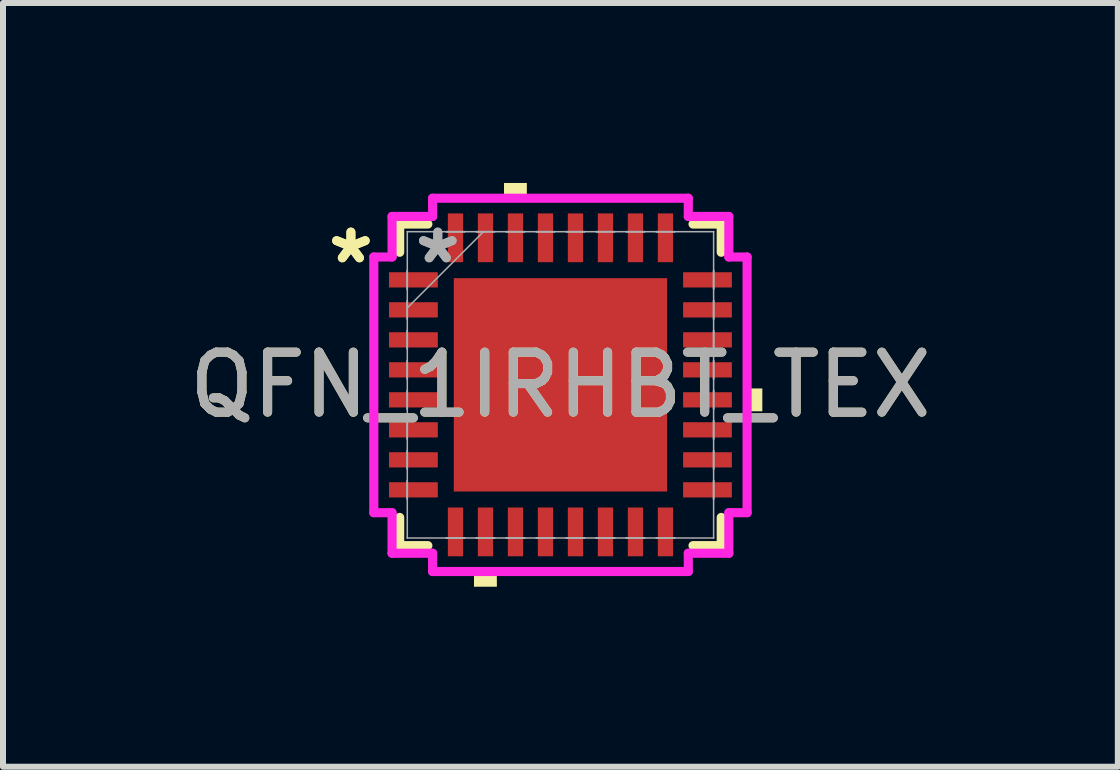
<source format=kicad_pcb>
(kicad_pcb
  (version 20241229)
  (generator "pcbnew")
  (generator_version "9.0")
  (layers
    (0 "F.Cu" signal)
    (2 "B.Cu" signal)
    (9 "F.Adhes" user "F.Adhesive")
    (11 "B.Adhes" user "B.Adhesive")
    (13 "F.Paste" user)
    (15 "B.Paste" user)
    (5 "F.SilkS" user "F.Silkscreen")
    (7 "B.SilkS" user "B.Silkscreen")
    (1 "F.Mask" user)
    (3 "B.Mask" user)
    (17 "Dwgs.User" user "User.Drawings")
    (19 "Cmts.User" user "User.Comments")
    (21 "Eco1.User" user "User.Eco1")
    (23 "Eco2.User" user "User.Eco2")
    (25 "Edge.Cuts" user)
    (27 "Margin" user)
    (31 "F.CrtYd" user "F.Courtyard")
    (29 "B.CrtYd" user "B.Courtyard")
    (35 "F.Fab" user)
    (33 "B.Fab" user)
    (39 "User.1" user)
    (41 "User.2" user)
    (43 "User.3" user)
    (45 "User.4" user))
  (footprint "QFN_1IRHBT_TEX"
    (layer "F.Cu")
    (at 6.292 3.365)
    (property "Reference" "QFN_1IRHBT_TEX" (at 0 0 0) (unlocked yes) (layer "F.SilkS") (effects (font (size 1 1) (thickness 0.15))))
    (attr smd)
    (fp_line (start -2.68 -2.68) (end -2.68 -2.21) (stroke (width 0.152) (type solid)) (layer "F.SilkS"))
    (fp_line (start -2.68 2.21) (end -2.68 2.68) (stroke (width 0.152) (type solid)) (layer "F.SilkS"))
    (fp_line (start -2.68 2.68) (end -2.21 2.68) (stroke (width 0.152) (type solid)) (layer "F.SilkS"))
    (fp_line (start -2.21 -2.68) (end -2.68 -2.68) (stroke (width 0.152) (type solid)) (layer "F.SilkS"))
    (fp_line (start 2.21 2.68) (end 2.68 2.68) (stroke (width 0.152) (type solid)) (layer "F.SilkS"))
    (fp_line (start 2.68 -2.68) (end 2.21 -2.68) (stroke (width 0.152) (type solid)) (layer "F.SilkS"))
    (fp_line (start 2.68 -2.21) (end 2.68 -2.68) (stroke (width 0.152) (type solid)) (layer "F.SilkS"))
    (fp_line (start 2.68 2.68) (end 2.68 2.21) (stroke (width 0.152) (type solid)) (layer "F.SilkS"))
    (fp_poly (pts (xy -1.441 3.111) (xy -1.441 3.365) (xy -1.06 3.365) (xy -1.06 3.111)) (stroke (width 0) (type solid)) (fill yes) (layer "F.SilkS"))
    (fp_poly (pts (xy -0.941 -3.111) (xy -0.941 -3.365) (xy -0.56 -3.365) (xy -0.56 -3.111)) (stroke (width 0) (type solid)) (fill yes) (layer "F.SilkS"))
    (fp_poly (pts (xy 3.365 0.06) (xy 3.365 0.441) (xy 3.111 0.441) (xy 3.111 0.06)) (stroke (width 0) (type solid)) (fill yes) (layer "F.SilkS"))
    (fp_poly (pts (xy -1.678 -1.678) (xy -1.678 -0.1) (xy -0.1 -0.1) (xy -0.1 -1.678)) (stroke (width 0) (type solid)) (fill yes) (layer "F.Paste"))
    (fp_poly (pts (xy -1.678 0.1) (xy -1.678 1.678) (xy -0.1 1.678) (xy -0.1 0.1)) (stroke (width 0) (type solid)) (fill yes) (layer "F.Paste"))
    (fp_poly (pts (xy 0.1 -1.678) (xy 0.1 -0.1) (xy 1.678 -0.1) (xy 1.678 -1.678)) (stroke (width 0) (type solid)) (fill yes) (layer "F.Paste"))
    (fp_poly (pts (xy 0.1 0.1) (xy 0.1 1.678) (xy 1.678 1.678) (xy 1.678 0.1)) (stroke (width 0) (type solid)) (fill yes) (layer "F.Paste"))
    (fp_line (start -3.111 -2.131) (end -2.807 -2.131) (stroke (width 0.152) (type solid)) (layer "F.CrtYd"))
    (fp_line (start -3.111 2.131) (end -3.111 -2.131) (stroke (width 0.152) (type solid)) (layer "F.CrtYd"))
    (fp_line (start -2.807 -2.807) (end -2.131 -2.807) (stroke (width 0.152) (type solid)) (layer "F.CrtYd"))
    (fp_line (start -2.807 -2.131) (end -2.807 -2.807) (stroke (width 0.152) (type solid)) (layer "F.CrtYd"))
    (fp_line (start -2.807 2.131) (end -3.111 2.131) (stroke (width 0.152) (type solid)) (layer "F.CrtYd"))
    (fp_line (start -2.807 2.807) (end -2.807 2.131) (stroke (width 0.152) (type solid)) (layer "F.CrtYd"))
    (fp_line (start -2.131 -3.111) (end 2.131 -3.111) (stroke (width 0.152) (type solid)) (layer "F.CrtYd"))
    (fp_line (start -2.131 -2.807) (end -2.131 -3.111) (stroke (width 0.152) (type solid)) (layer "F.CrtYd"))
    (fp_line (start -2.131 2.807) (end -2.807 2.807) (stroke (width 0.152) (type solid)) (layer "F.CrtYd"))
    (fp_line (start -2.131 3.111) (end -2.131 2.807) (stroke (width 0.152) (type solid)) (layer "F.CrtYd"))
    (fp_line (start 2.131 -3.111) (end 2.131 -2.807) (stroke (width 0.152) (type solid)) (layer "F.CrtYd"))
    (fp_line (start 2.131 -2.807) (end 2.807 -2.807) (stroke (width 0.152) (type solid)) (layer "F.CrtYd"))
    (fp_line (start 2.131 2.807) (end 2.131 3.111) (stroke (width 0.152) (type solid)) (layer "F.CrtYd"))
    (fp_line (start 2.131 3.111) (end -2.131 3.111) (stroke (width 0.152) (type solid)) (layer "F.CrtYd"))
    (fp_line (start 2.807 -2.807) (end 2.807 -2.131) (stroke (width 0.152) (type solid)) (layer "F.CrtYd"))
    (fp_line (start 2.807 -2.131) (end 3.111 -2.131) (stroke (width 0.152) (type solid)) (layer "F.CrtYd"))
    (fp_line (start 2.807 2.131) (end 2.807 2.807) (stroke (width 0.152) (type solid)) (layer "F.CrtYd"))
    (fp_line (start 2.807 2.807) (end 2.131 2.807) (stroke (width 0.152) (type solid)) (layer "F.CrtYd"))
    (fp_line (start 3.111 -2.131) (end 3.111 2.131) (stroke (width 0.152) (type solid)) (layer "F.CrtYd"))
    (fp_line (start 3.111 2.131) (end 2.807 2.131) (stroke (width 0.152) (type solid)) (layer "F.CrtYd"))
    (fp_line (start -2.553 -2.553) (end -2.553 -2.553) (stroke (width 0.025) (type solid)) (layer "F.Fab"))
    (fp_line (start -2.553 -2.553) (end -2.553 2.553) (stroke (width 0.025) (type solid)) (layer "F.Fab"))
    (fp_line (start -2.553 -1.903) (end -2.553 -1.903) (stroke (width 0.025) (type solid)) (layer "F.Fab"))
    (fp_line (start -2.553 -1.903) (end -2.553 -1.598) (stroke (width 0.025) (type solid)) (layer "F.Fab"))
    (fp_line (start -2.553 -1.598) (end -2.553 -1.903) (stroke (width 0.025) (type solid)) (layer "F.Fab"))
    (fp_line (start -2.553 -1.598) (end -2.553 -1.598) (stroke (width 0.025) (type solid)) (layer "F.Fab"))
    (fp_line (start -2.553 -1.403) (end -2.553 -1.403) (stroke (width 0.025) (type solid)) (layer "F.Fab"))
    (fp_line (start -2.553 -1.403) (end -2.553 -1.098) (stroke (width 0.025) (type solid)) (layer "F.Fab"))
    (fp_line (start -2.553 -1.283) (end -1.283 -2.553) (stroke (width 0.025) (type solid)) (layer "F.Fab"))
    (fp_line (start -2.553 -1.098) (end -2.553 -1.403) (stroke (width 0.025) (type solid)) (layer "F.Fab"))
    (fp_line (start -2.553 -1.098) (end -2.553 -1.098) (stroke (width 0.025) (type solid)) (layer "F.Fab"))
    (fp_line (start -2.553 -0.903) (end -2.553 -0.903) (stroke (width 0.025) (type solid)) (layer "F.Fab"))
    (fp_line (start -2.553 -0.903) (end -2.553 -0.598) (stroke (width 0.025) (type solid)) (layer "F.Fab"))
    (fp_line (start -2.553 -0.598) (end -2.553 -0.903) (stroke (width 0.025) (type solid)) (layer "F.Fab"))
    (fp_line (start -2.553 -0.598) (end -2.553 -0.598) (stroke (width 0.025) (type solid)) (layer "F.Fab"))
    (fp_line (start -2.553 -0.402) (end -2.553 -0.402) (stroke (width 0.025) (type solid)) (layer "F.Fab"))
    (fp_line (start -2.553 -0.402) (end -2.553 -0.098) (stroke (width 0.025) (type solid)) (layer "F.Fab"))
    (fp_line (start -2.553 -0.098) (end -2.553 -0.402) (stroke (width 0.025) (type solid)) (layer "F.Fab"))
    (fp_line (start -2.553 -0.098) (end -2.553 -0.098) (stroke (width 0.025) (type solid)) (layer "F.Fab"))
    (fp_line (start -2.553 0.098) (end -2.553 0.098) (stroke (width 0.025) (type solid)) (layer "F.Fab"))
    (fp_line (start -2.553 0.098) (end -2.553 0.402) (stroke (width 0.025) (type solid)) (layer "F.Fab"))
    (fp_line (start -2.553 0.402) (end -2.553 0.098) (stroke (width 0.025) (type solid)) (layer "F.Fab"))
    (fp_line (start -2.553 0.402) (end -2.553 0.402) (stroke (width 0.025) (type solid)) (layer "F.Fab"))
    (fp_line (start -2.553 0.598) (end -2.553 0.598) (stroke (width 0.025) (type solid)) (layer "F.Fab"))
    (fp_line (start -2.553 0.598) (end -2.553 0.903) (stroke (width 0.025) (type solid)) (layer "F.Fab"))
    (fp_line (start -2.553 0.903) (end -2.553 0.598) (stroke (width 0.025) (type solid)) (layer "F.Fab"))
    (fp_line (start -2.553 0.903) (end -2.553 0.903) (stroke (width 0.025) (type solid)) (layer "F.Fab"))
    (fp_line (start -2.553 1.098) (end -2.553 1.098) (stroke (width 0.025) (type solid)) (layer "F.Fab"))
    (fp_line (start -2.553 1.098) (end -2.553 1.403) (stroke (width 0.025) (type solid)) (layer "F.Fab"))
    (fp_line (start -2.553 1.403) (end -2.553 1.098) (stroke (width 0.025) (type solid)) (layer "F.Fab"))
    (fp_line (start -2.553 1.403) (end -2.553 1.403) (stroke (width 0.025) (type solid)) (layer "F.Fab"))
    (fp_line (start -2.553 1.598) (end -2.553 1.598) (stroke (width 0.025) (type solid)) (layer "F.Fab"))
    (fp_line (start -2.553 1.598) (end -2.553 1.903) (stroke (width 0.025) (type solid)) (layer "F.Fab"))
    (fp_line (start -2.553 1.903) (end -2.553 1.598) (stroke (width 0.025) (type solid)) (layer "F.Fab"))
    (fp_line (start -2.553 1.903) (end -2.553 1.903) (stroke (width 0.025) (type solid)) (layer "F.Fab"))
    (fp_line (start -2.553 2.553) (end -2.553 2.553) (stroke (width 0.025) (type solid)) (layer "F.Fab"))
    (fp_line (start -2.553 2.553) (end 2.553 2.553) (stroke (width 0.025) (type solid)) (layer "F.Fab"))
    (fp_line (start -1.903 -2.553) (end -1.903 -2.553) (stroke (width 0.025) (type solid)) (layer "F.Fab"))
    (fp_line (start -1.903 -2.553) (end -1.598 -2.553) (stroke (width 0.025) (type solid)) (layer "F.Fab"))
    (fp_line (start -1.903 2.553) (end -1.903 2.553) (stroke (width 0.025) (type solid)) (layer "F.Fab"))
    (fp_line (start -1.903 2.553) (end -1.598 2.553) (stroke (width 0.025) (type solid)) (layer "F.Fab"))
    (fp_line (start -1.598 -2.553) (end -1.903 -2.553) (stroke (width 0.025) (type solid)) (layer "F.Fab"))
    (fp_line (start -1.598 -2.553) (end -1.598 -2.553) (stroke (width 0.025) (type solid)) (layer "F.Fab"))
    (fp_line (start -1.598 2.553) (end -1.903 2.553) (stroke (width 0.025) (type solid)) (layer "F.Fab"))
    (fp_line (start -1.598 2.553) (end -1.598 2.553) (stroke (width 0.025) (type solid)) (layer "F.Fab"))
    (fp_line (start -1.403 -2.553) (end -1.403 -2.553) (stroke (width 0.025) (type solid)) (layer "F.Fab"))
    (fp_line (start -1.403 -2.553) (end -1.098 -2.553) (stroke (width 0.025) (type solid)) (layer "F.Fab"))
    (fp_line (start -1.403 2.553) (end -1.403 2.553) (stroke (width 0.025) (type solid)) (layer "F.Fab"))
    (fp_line (start -1.403 2.553) (end -1.098 2.553) (stroke (width 0.025) (type solid)) (layer "F.Fab"))
    (fp_line (start -1.098 -2.553) (end -1.403 -2.553) (stroke (width 0.025) (type solid)) (layer "F.Fab"))
    (fp_line (start -1.098 -2.553) (end -1.098 -2.553) (stroke (width 0.025) (type solid)) (layer "F.Fab"))
    (fp_line (start -1.098 2.553) (end -1.403 2.553) (stroke (width 0.025) (type solid)) (layer "F.Fab"))
    (fp_line (start -1.098 2.553) (end -1.098 2.553) (stroke (width 0.025) (type solid)) (layer "F.Fab"))
    (fp_line (start -0.903 -2.553) (end -0.903 -2.553) (stroke (width 0.025) (type solid)) (layer "F.Fab"))
    (fp_line (start -0.903 -2.553) (end -0.598 -2.553) (stroke (width 0.025) (type solid)) (layer "F.Fab"))
    (fp_line (start -0.903 2.553) (end -0.903 2.553) (stroke (width 0.025) (type solid)) (layer "F.Fab"))
    (fp_line (start -0.903 2.553) (end -0.598 2.553) (stroke (width 0.025) (type solid)) (layer "F.Fab"))
    (fp_line (start -0.598 -2.553) (end -0.903 -2.553) (stroke (width 0.025) (type solid)) (layer "F.Fab"))
    (fp_line (start -0.598 -2.553) (end -0.598 -2.553) (stroke (width 0.025) (type solid)) (layer "F.Fab"))
    (fp_line (start -0.598 2.553) (end -0.903 2.553) (stroke (width 0.025) (type solid)) (layer "F.Fab"))
    (fp_line (start -0.598 2.553) (end -0.598 2.553) (stroke (width 0.025) (type solid)) (layer "F.Fab"))
    (fp_line (start -0.402 -2.553) (end -0.402 -2.553) (stroke (width 0.025) (type solid)) (layer "F.Fab"))
    (fp_line (start -0.402 -2.553) (end -0.098 -2.553) (stroke (width 0.025) (type solid)) (layer "F.Fab"))
    (fp_line (start -0.402 2.553) (end -0.402 2.553) (stroke (width 0.025) (type solid)) (layer "F.Fab"))
    (fp_line (start -0.402 2.553) (end -0.098 2.553) (stroke (width 0.025) (type solid)) (layer "F.Fab"))
    (fp_line (start -0.098 -2.553) (end -0.402 -2.553) (stroke (width 0.025) (type solid)) (layer "F.Fab"))
    (fp_line (start -0.098 -2.553) (end -0.098 -2.553) (stroke (width 0.025) (type solid)) (layer "F.Fab"))
    (fp_line (start -0.098 2.553) (end -0.402 2.553) (stroke (width 0.025) (type solid)) (layer "F.Fab"))
    (fp_line (start -0.098 2.553) (end -0.098 2.553) (stroke (width 0.025) (type solid)) (layer "F.Fab"))
    (fp_line (start 0.098 -2.553) (end 0.098 -2.553) (stroke (width 0.025) (type solid)) (layer "F.Fab"))
    (fp_line (start 0.098 -2.553) (end 0.402 -2.553) (stroke (width 0.025) (type solid)) (layer "F.Fab"))
    (fp_line (start 0.098 2.553) (end 0.098 2.553) (stroke (width 0.025) (type solid)) (layer "F.Fab"))
    (fp_line (start 0.098 2.553) (end 0.402 2.553) (stroke (width 0.025) (type solid)) (layer "F.Fab"))
    (fp_line (start 0.402 -2.553) (end 0.098 -2.553) (stroke (width 0.025) (type solid)) (layer "F.Fab"))
    (fp_line (start 0.402 -2.553) (end 0.402 -2.553) (stroke (width 0.025) (type solid)) (layer "F.Fab"))
    (fp_line (start 0.402 2.553) (end 0.098 2.553) (stroke (width 0.025) (type solid)) (layer "F.Fab"))
    (fp_line (start 0.402 2.553) (end 0.402 2.553) (stroke (width 0.025) (type solid)) (layer "F.Fab"))
    (fp_line (start 0.598 -2.553) (end 0.598 -2.553) (stroke (width 0.025) (type solid)) (layer "F.Fab"))
    (fp_line (start 0.598 -2.553) (end 0.903 -2.553) (stroke (width 0.025) (type solid)) (layer "F.Fab"))
    (fp_line (start 0.598 2.553) (end 0.598 2.553) (stroke (width 0.025) (type solid)) (layer "F.Fab"))
    (fp_line (start 0.598 2.553) (end 0.903 2.553) (stroke (width 0.025) (type solid)) (layer "F.Fab"))
    (fp_line (start 0.903 -2.553) (end 0.598 -2.553) (stroke (width 0.025) (type solid)) (layer "F.Fab"))
    (fp_line (start 0.903 -2.553) (end 0.903 -2.553) (stroke (width 0.025) (type solid)) (layer "F.Fab"))
    (fp_line (start 0.903 2.553) (end 0.598 2.553) (stroke (width 0.025) (type solid)) (layer "F.Fab"))
    (fp_line (start 0.903 2.553) (end 0.903 2.553) (stroke (width 0.025) (type solid)) (layer "F.Fab"))
    (fp_line (start 1.098 -2.553) (end 1.098 -2.553) (stroke (width 0.025) (type solid)) (layer "F.Fab"))
    (fp_line (start 1.098 -2.553) (end 1.403 -2.553) (stroke (width 0.025) (type solid)) (layer "F.Fab"))
    (fp_line (start 1.098 2.553) (end 1.098 2.553) (stroke (width 0.025) (type solid)) (layer "F.Fab"))
    (fp_line (start 1.098 2.553) (end 1.403 2.553) (stroke (width 0.025) (type solid)) (layer "F.Fab"))
    (fp_line (start 1.403 -2.553) (end 1.098 -2.553) (stroke (width 0.025) (type solid)) (layer "F.Fab"))
    (fp_line (start 1.403 -2.553) (end 1.403 -2.553) (stroke (width 0.025) (type solid)) (layer "F.Fab"))
    (fp_line (start 1.403 2.553) (end 1.098 2.553) (stroke (width 0.025) (type solid)) (layer "F.Fab"))
    (fp_line (start 1.403 2.553) (end 1.403 2.553) (stroke (width 0.025) (type solid)) (layer "F.Fab"))
    (fp_line (start 1.598 -2.553) (end 1.598 -2.553) (stroke (width 0.025) (type solid)) (layer "F.Fab"))
    (fp_line (start 1.598 -2.553) (end 1.903 -2.553) (stroke (width 0.025) (type solid)) (layer "F.Fab"))
    (fp_line (start 1.598 2.553) (end 1.598 2.553) (stroke (width 0.025) (type solid)) (layer "F.Fab"))
    (fp_line (start 1.598 2.553) (end 1.903 2.553) (stroke (width 0.025) (type solid)) (layer "F.Fab"))
    (fp_line (start 1.903 -2.553) (end 1.598 -2.553) (stroke (width 0.025) (type solid)) (layer "F.Fab"))
    (fp_line (start 1.903 -2.553) (end 1.903 -2.553) (stroke (width 0.025) (type solid)) (layer "F.Fab"))
    (fp_line (start 1.903 2.553) (end 1.598 2.553) (stroke (width 0.025) (type solid)) (layer "F.Fab"))
    (fp_line (start 1.903 2.553) (end 1.903 2.553) (stroke (width 0.025) (type solid)) (layer "F.Fab"))
    (fp_line (start 2.553 -2.553) (end -2.553 -2.553) (stroke (width 0.025) (type solid)) (layer "F.Fab"))
    (fp_line (start 2.553 -2.553) (end 2.553 -2.553) (stroke (width 0.025) (type solid)) (layer "F.Fab"))
    (fp_line (start 2.553 -1.903) (end 2.553 -1.903) (stroke (width 0.025) (type solid)) (layer "F.Fab"))
    (fp_line (start 2.553 -1.903) (end 2.553 -1.598) (stroke (width 0.025) (type solid)) (layer "F.Fab"))
    (fp_line (start 2.553 -1.598) (end 2.553 -1.903) (stroke (width 0.025) (type solid)) (layer "F.Fab"))
    (fp_line (start 2.553 -1.598) (end 2.553 -1.598) (stroke (width 0.025) (type solid)) (layer "F.Fab"))
    (fp_line (start 2.553 -1.403) (end 2.553 -1.403) (stroke (width 0.025) (type solid)) (layer "F.Fab"))
    (fp_line (start 2.553 -1.403) (end 2.553 -1.098) (stroke (width 0.025) (type solid)) (layer "F.Fab"))
    (fp_line (start 2.553 -1.098) (end 2.553 -1.403) (stroke (width 0.025) (type solid)) (layer "F.Fab"))
    (fp_line (start 2.553 -1.098) (end 2.553 -1.098) (stroke (width 0.025) (type solid)) (layer "F.Fab"))
    (fp_line (start 2.553 -0.903) (end 2.553 -0.903) (stroke (width 0.025) (type solid)) (layer "F.Fab"))
    (fp_line (start 2.553 -0.903) (end 2.553 -0.598) (stroke (width 0.025) (type solid)) (layer "F.Fab"))
    (fp_line (start 2.553 -0.598) (end 2.553 -0.903) (stroke (width 0.025) (type solid)) (layer "F.Fab"))
    (fp_line (start 2.553 -0.598) (end 2.553 -0.598) (stroke (width 0.025) (type solid)) (layer "F.Fab"))
    (fp_line (start 2.553 -0.402) (end 2.553 -0.402) (stroke (width 0.025) (type solid)) (layer "F.Fab"))
    (fp_line (start 2.553 -0.402) (end 2.553 -0.098) (stroke (width 0.025) (type solid)) (layer "F.Fab"))
    (fp_line (start 2.553 -0.098) (end 2.553 -0.402) (stroke (width 0.025) (type solid)) (layer "F.Fab"))
    (fp_line (start 2.553 -0.098) (end 2.553 -0.098) (stroke (width 0.025) (type solid)) (layer "F.Fab"))
    (fp_line (start 2.553 0.098) (end 2.553 0.098) (stroke (width 0.025) (type solid)) (layer "F.Fab"))
    (fp_line (start 2.553 0.098) (end 2.553 0.402) (stroke (width 0.025) (type solid)) (layer "F.Fab"))
    (fp_line (start 2.553 0.402) (end 2.553 0.098) (stroke (width 0.025) (type solid)) (layer "F.Fab"))
    (fp_line (start 2.553 0.402) (end 2.553 0.402) (stroke (width 0.025) (type solid)) (layer "F.Fab"))
    (fp_line (start 2.553 0.598) (end 2.553 0.598) (stroke (width 0.025) (type solid)) (layer "F.Fab"))
    (fp_line (start 2.553 0.598) (end 2.553 0.903) (stroke (width 0.025) (type solid)) (layer "F.Fab"))
    (fp_line (start 2.553 0.903) (end 2.553 0.598) (stroke (width 0.025) (type solid)) (layer "F.Fab"))
    (fp_line (start 2.553 0.903) (end 2.553 0.903) (stroke (width 0.025) (type solid)) (layer "F.Fab"))
    (fp_line (start 2.553 1.098) (end 2.553 1.098) (stroke (width 0.025) (type solid)) (layer "F.Fab"))
    (fp_line (start 2.553 1.098) (end 2.553 1.403) (stroke (width 0.025) (type solid)) (layer "F.Fab"))
    (fp_line (start 2.553 1.403) (end 2.553 1.098) (stroke (width 0.025) (type solid)) (layer "F.Fab"))
    (fp_line (start 2.553 1.403) (end 2.553 1.403) (stroke (width 0.025) (type solid)) (layer "F.Fab"))
    (fp_line (start 2.553 1.598) (end 2.553 1.598) (stroke (width 0.025) (type solid)) (layer "F.Fab"))
    (fp_line (start 2.553 1.598) (end 2.553 1.903) (stroke (width 0.025) (type solid)) (layer "F.Fab"))
    (fp_line (start 2.553 1.903) (end 2.553 1.598) (stroke (width 0.025) (type solid)) (layer "F.Fab"))
    (fp_line (start 2.553 1.903) (end 2.553 1.903) (stroke (width 0.025) (type solid)) (layer "F.Fab"))
    (fp_line (start 2.553 2.553) (end 2.553 -2.553) (stroke (width 0.025) (type solid)) (layer "F.Fab"))
    (fp_line (start 2.553 2.553) (end 2.553 2.553) (stroke (width 0.025) (type solid)) (layer "F.Fab"))
    (fp_text user "*" (at -3.493 -2.001 0) (unlocked yes) (layer "F.SilkS") (effects (font (size 1 1) (thickness 0.15))))
    (fp_text user "*" (at -3.493 -2.001 0) (layer "F.SilkS") (effects (font (size 1 1) (thickness 0.15))))
    (fp_text user "*" (at -2.045 -2.001 0) (layer "F.Fab") (effects (font (size 1 1) (thickness 0.15))))
    (fp_text user "${REFERENCE}" (at 0 0 0) (unlocked yes) (layer "F.Fab") (effects (font (size 1 1) (thickness 0.15))))
    (fp_text user "*" (at -2.045 -2.001 0) (unlocked yes) (layer "F.Fab") (effects (font (size 1 1) (thickness 0.15))))
    (pad "1" smd rect (at -2.451 -1.75 90) (size 0.254 0.813) (layers "F.Cu" "F.Mask" "F.Paste"))
    (pad "2" smd rect (at -2.451 -1.25 90) (size 0.254 0.813) (layers "F.Cu" "F.Mask" "F.Paste"))
    (pad "3" smd rect (at -2.451 -0.75 90) (size 0.254 0.813) (layers "F.Cu" "F.Mask" "F.Paste"))
    (pad "4" smd rect (at -2.451 -0.25 90) (size 0.254 0.813) (layers "F.Cu" "F.Mask" "F.Paste"))
    (pad "5" smd rect (at -2.451 0.25 90) (size 0.254 0.813) (layers "F.Cu" "F.Mask" "F.Paste"))
    (pad "6" smd rect (at -2.451 0.75 90) (size 0.254 0.813) (layers "F.Cu" "F.Mask" "F.Paste"))
    (pad "7" smd rect (at -2.451 1.25 90) (size 0.254 0.813) (layers "F.Cu" "F.Mask" "F.Paste"))
    (pad "8" smd rect (at -2.451 1.75 90) (size 0.254 0.813) (layers "F.Cu" "F.Mask" "F.Paste"))
    (pad "9" smd rect (at -1.75 2.451) (size 0.254 0.813) (layers "F.Cu" "F.Mask" "F.Paste"))
    (pad "10" smd rect (at -1.25 2.451) (size 0.254 0.813) (layers "F.Cu" "F.Mask" "F.Paste"))
    (pad "11" smd rect (at -0.75 2.451) (size 0.254 0.813) (layers "F.Cu" "F.Mask" "F.Paste"))
    (pad "12" smd rect (at -0.25 2.451) (size 0.254 0.813) (layers "F.Cu" "F.Mask" "F.Paste"))
    (pad "13" smd rect (at 0.25 2.451) (size 0.254 0.813) (layers "F.Cu" "F.Mask" "F.Paste"))
    (pad "14" smd rect (at 0.75 2.451) (size 0.254 0.813) (layers "F.Cu" "F.Mask" "F.Paste"))
    (pad "15" smd rect (at 1.25 2.451) (size 0.254 0.813) (layers "F.Cu" "F.Mask" "F.Paste"))
    (pad "16" smd rect (at 1.75 2.451) (size 0.254 0.813) (layers "F.Cu" "F.Mask" "F.Paste"))
    (pad "17" smd rect (at 2.451 1.75 90) (size 0.254 0.813) (layers "F.Cu" "F.Mask" "F.Paste"))
    (pad "18" smd rect (at 2.451 1.25 90) (size 0.254 0.813) (layers "F.Cu" "F.Mask" "F.Paste"))
    (pad "19" smd rect (at 2.451 0.75 90) (size 0.254 0.813) (layers "F.Cu" "F.Mask" "F.Paste"))
    (pad "20" smd rect (at 2.451 0.25 90) (size 0.254 0.813) (layers "F.Cu" "F.Mask" "F.Paste"))
    (pad "21" smd rect (at 2.451 -0.25 90) (size 0.254 0.813) (layers "F.Cu" "F.Mask" "F.Paste"))
    (pad "22" smd rect (at 2.451 -0.75 90) (size 0.254 0.813) (layers "F.Cu" "F.Mask" "F.Paste"))
    (pad "23" smd rect (at 2.451 -1.25 90) (size 0.254 0.813) (layers "F.Cu" "F.Mask" "F.Paste"))
    (pad "24" smd rect (at 2.451 -1.75 90) (size 0.254 0.813) (layers "F.Cu" "F.Mask" "F.Paste"))
    (pad "25" smd rect (at 1.75 -2.451) (size 0.254 0.813) (layers "F.Cu" "F.Mask" "F.Paste"))
    (pad "26" smd rect (at 1.25 -2.451) (size 0.254 0.813) (layers "F.Cu" "F.Mask" "F.Paste"))
    (pad "27" smd rect (at 0.75 -2.451) (size 0.254 0.813) (layers "F.Cu" "F.Mask" "F.Paste"))
    (pad "28" smd rect (at 0.25 -2.451) (size 0.254 0.813) (layers "F.Cu" "F.Mask" "F.Paste"))
    (pad "29" smd rect (at -0.25 -2.451) (size 0.254 0.813) (layers "F.Cu" "F.Mask" "F.Paste"))
    (pad "30" smd rect (at -0.75 -2.451) (size 0.254 0.813) (layers "F.Cu" "F.Mask" "F.Paste"))
    (pad "31" smd rect (at -1.25 -2.451) (size 0.254 0.813) (layers "F.Cu" "F.Mask" "F.Paste"))
    (pad "32" smd rect (at -1.75 -2.451) (size 0.254 0.813) (layers "F.Cu" "F.Mask" "F.Paste"))
    (pad "33" smd rect (at 0 0) (size 3.556 3.556) (layers "F.Cu" "F.Mask" "F.Paste")))
  (gr_rect
    (start -3 -3)
    (end 15.583 9.731)
    (stroke (width 0.1) (type default))
    (fill no)
    (layer "Edge.Cuts")))
</source>
